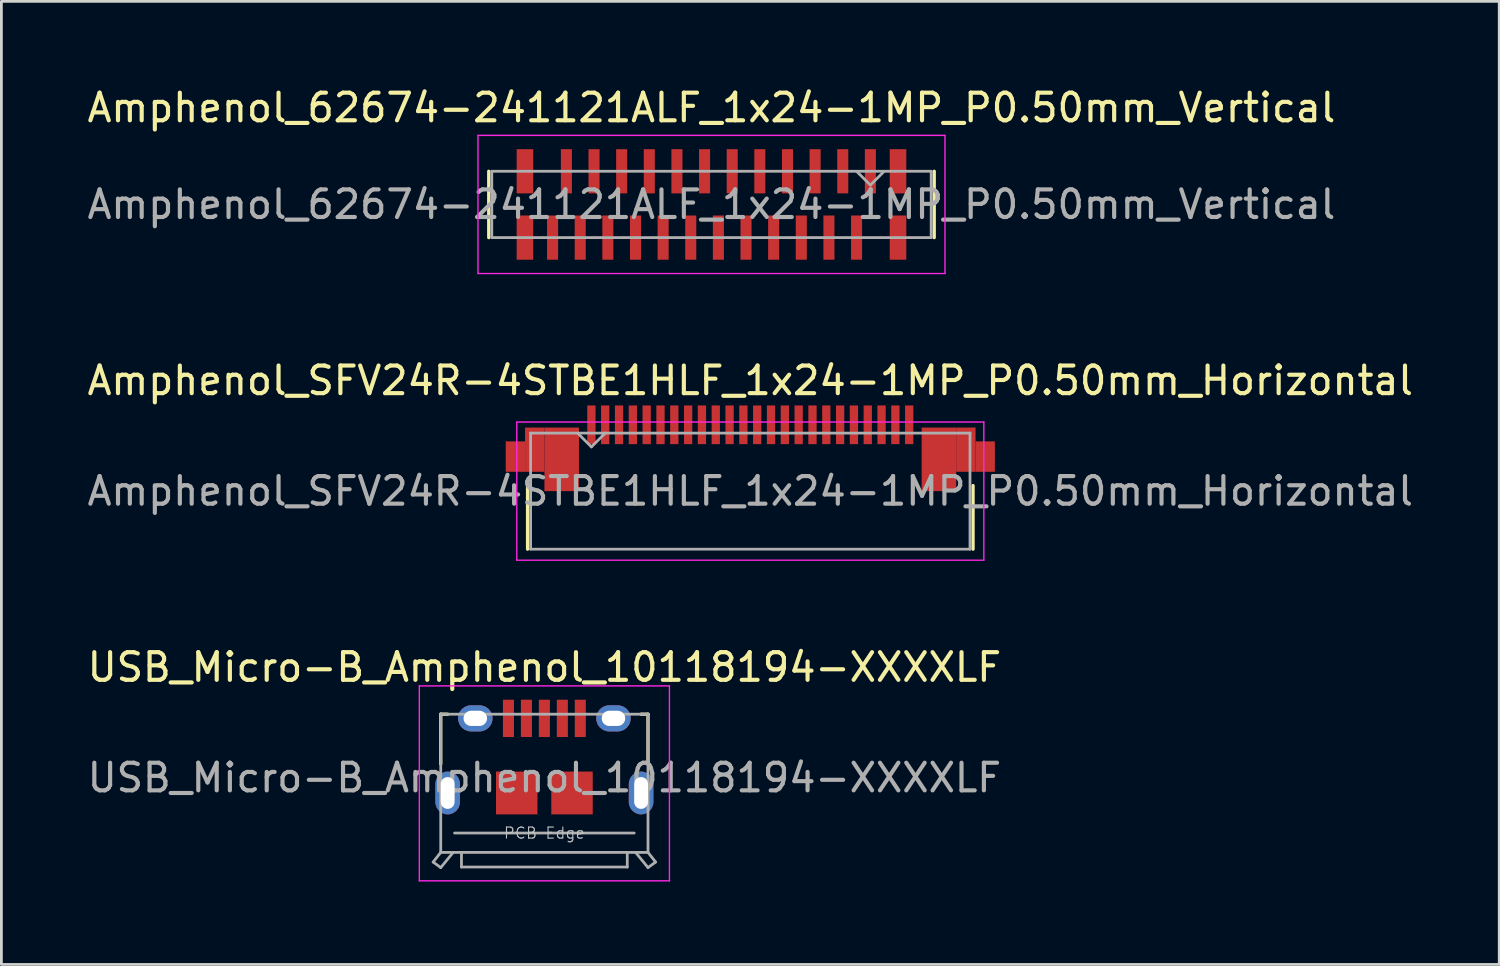
<source format=kicad_pcb>
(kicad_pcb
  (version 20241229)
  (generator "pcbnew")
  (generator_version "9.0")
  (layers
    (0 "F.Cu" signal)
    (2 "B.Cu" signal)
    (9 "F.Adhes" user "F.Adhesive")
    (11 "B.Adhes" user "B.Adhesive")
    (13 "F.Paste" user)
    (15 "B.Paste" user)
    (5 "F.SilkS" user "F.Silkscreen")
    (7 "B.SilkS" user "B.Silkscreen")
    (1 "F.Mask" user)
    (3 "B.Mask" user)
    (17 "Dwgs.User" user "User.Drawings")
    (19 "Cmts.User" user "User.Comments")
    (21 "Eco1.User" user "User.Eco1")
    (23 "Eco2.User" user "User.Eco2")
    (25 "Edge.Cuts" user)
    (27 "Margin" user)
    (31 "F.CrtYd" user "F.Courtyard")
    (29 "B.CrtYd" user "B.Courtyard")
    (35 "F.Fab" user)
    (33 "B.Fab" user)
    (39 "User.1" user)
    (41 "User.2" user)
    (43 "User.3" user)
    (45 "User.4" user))
  (footprint "USB_Micro-B_Amphenol_10118194-XXXXLF"
    (layer "F.Cu")
    (at 16.649 27.095)
    (property "Reference" "USB_Micro-B_Amphenol_10118194-XXXXLF" (at 0 -6 0) (layer "F.SilkS") (effects (font (size 1 1) (thickness 0.15))))
    (attr through_hole)
    (fp_line (start -3.75 -4.3) (end -3.5 -4.3) (stroke (width 0.12) (type solid)) (layer "F.SilkS"))
    (fp_line (start -3.75 -2.5) (end -3.75 -4.3) (stroke (width 0.12) (type solid)) (layer "F.SilkS"))
    (fp_line (start 3.5 -4.3) (end 3.75 -4.3) (stroke (width 0.12) (type solid)) (layer "F.SilkS"))
    (fp_line (start 3.75 -2.5) (end 3.75 -4.3) (stroke (width 0.12) (type solid)) (layer "F.SilkS"))
    (fp_line (start -4.525 -5.325) (end 4.525 -5.325) (stroke (width 0.05) (type solid)) (layer "F.CrtYd"))
    (fp_line (start -4.525 1.73) (end -4.525 -5.325) (stroke (width 0.05) (type solid)) (layer "F.CrtYd"))
    (fp_line (start 4.525 -5.325) (end 4.525 1.73) (stroke (width 0.05) (type solid)) (layer "F.CrtYd"))
    (fp_line (start 4.525 1.73) (end -4.525 1.73) (stroke (width 0.05) (type solid)) (layer "F.CrtYd"))
    (fp_line (start -4.025 1.05) (end -3.75 1.25) (stroke (width 0.1) (type solid)) (layer "F.Fab"))
    (fp_line (start -3.75 -4.3) (end -3.75 0.7) (stroke (width 0.1) (type solid)) (layer "F.Fab"))
    (fp_line (start -3.75 -4.3) (end 3.75 -4.3) (stroke (width 0.1) (type solid)) (layer "F.Fab"))
    (fp_line (start -3.75 0.7) (end -4.025 1.05) (stroke (width 0.1) (type solid)) (layer "F.Fab"))
    (fp_line (start -3.75 0.7) (end 3.75 0.7) (stroke (width 0.1) (type solid)) (layer "F.Fab"))
    (fp_line (start -3.75 1.25) (end -3.3 0.7) (stroke (width 0.1) (type solid)) (layer "F.Fab"))
    (fp_line (start -3.25 0) (end 3.25 0) (stroke (width 0.1) (type solid)) (layer "F.Fab"))
    (fp_line (start -3 0.7) (end -3 1.23) (stroke (width 0.1) (type solid)) (layer "F.Fab"))
    (fp_line (start -3 1.23) (end 3 1.23) (stroke (width 0.1) (type solid)) (layer "F.Fab"))
    (fp_line (start 3 0.7) (end 3 1.23) (stroke (width 0.1) (type solid)) (layer "F.Fab"))
    (fp_line (start 3.3 0.7) (end 3.75 1.25) (stroke (width 0.1) (type solid)) (layer "F.Fab"))
    (fp_line (start 3.75 -4.3) (end 3.75 0.7) (stroke (width 0.1) (type solid)) (layer "F.Fab"))
    (fp_line (start 3.75 0.7) (end 4.025 1.05) (stroke (width 0.1) (type solid)) (layer "F.Fab"))
    (fp_line (start 3.75 1.25) (end 4.025 1.05) (stroke (width 0.1) (type solid)) (layer "F.Fab"))
    (fp_text user "PCB Edge" (at 0 0 0) (layer "Dwgs.User") (effects (font (size 0.4 0.4) (thickness 0.04))))
    (fp_text user "${REFERENCE}" (at 0 -2 0) (layer "F.Fab") (effects (font (size 1 1) (thickness 0.15))))
    (pad "1" smd rect (at -1.3 -4.15) (size 0.4 1.35) (layers "F.Cu" "F.Mask" "F.Paste"))
    (pad "2" smd rect (at -0.65 -4.15) (size 0.4 1.35) (layers "F.Cu" "F.Mask" "F.Paste"))
    (pad "3" smd rect (at 0 -4.15) (size 0.4 1.35) (layers "F.Cu" "F.Mask" "F.Paste"))
    (pad "4" smd rect (at 0.65 -4.15) (size 0.4 1.35) (layers "F.Cu" "F.Mask" "F.Paste"))
    (pad "5" smd rect (at 1.3 -4.15) (size 0.4 1.35) (layers "F.Cu" "F.Mask" "F.Paste"))
    (pad "6" thru_hole roundrect (at -3.5 -1.45) (size 0.89 1.55) (drill oval 0.5 1.15) (layers "*.Cu" "*.Mask") (roundrect_rratio 0.5))
    (pad "6" thru_hole roundrect (at -2.5 -4.15) (size 1.25 0.95) (drill oval 0.85 0.55) (layers "*.Cu" "*.Mask") (roundrect_rratio 0.5))
    (pad "6" smd rect (at -1 -1.45) (size 1.5 1.55) (layers "F.Cu" "F.Mask" "F.Paste"))
    (pad "6" smd rect (at 1 -1.45) (size 1.5 1.55) (layers "F.Cu" "F.Mask" "F.Paste"))
    (pad "6" thru_hole roundrect (at 2.5 -4.15) (size 1.25 0.95) (drill oval 0.85 0.55) (layers "*.Cu" "*.Mask") (roundrect_rratio 0.5))
    (pad "6" thru_hole roundrect (at 3.5 -1.45) (size 0.89 1.55) (drill oval 0.5 1.15) (layers "*.Cu" "*.Mask") (roundrect_rratio 0.5)))
  (footprint "Amphenol_62674-241121ALF_1x24-1MP_P0.50mm_Vertical"
    (layer "F.Cu")
    (at 22.696 4.348)
    (property "Reference" "Amphenol_62674-241121ALF_1x24-1MP_P0.50mm_Vertical" (at 0 -3.5 0) (layer "F.SilkS") (effects (font (size 1 1) (thickness 0.15))))
    (attr smd)
    (fp_line (start -8.06 -1.2) (end -8.06 1.2) (stroke (width 0.12) (type solid)) (layer "F.SilkS"))
    (fp_line (start 8.06 -1.2) (end 8.06 1.2) (stroke (width 0.12) (type solid)) (layer "F.SilkS"))
    (fp_line (start -8.45 -2.5) (end -8.45 2.5) (stroke (width 0.05) (type solid)) (layer "F.CrtYd"))
    (fp_line (start -8.45 2.5) (end 8.45 2.5) (stroke (width 0.05) (type solid)) (layer "F.CrtYd"))
    (fp_line (start 8.45 -2.5) (end -8.45 -2.5) (stroke (width 0.05) (type solid)) (layer "F.CrtYd"))
    (fp_line (start 8.45 2.5) (end 8.45 -2.5) (stroke (width 0.05) (type solid)) (layer "F.CrtYd"))
    (fp_line (start -7.95 -1.2) (end -7.95 1.2) (stroke (width 0.1) (type solid)) (layer "F.Fab"))
    (fp_line (start -7.95 -1.2) (end 7.95 -1.2) (stroke (width 0.1) (type solid)) (layer "F.Fab"))
    (fp_line (start -7.95 1.2) (end 7.95 1.2) (stroke (width 0.1) (type solid)) (layer "F.Fab"))
    (fp_line (start 5.25 -1.2) (end 5.75 -0.7) (stroke (width 0.1) (type solid)) (layer "F.Fab"))
    (fp_line (start 5.75 -0.7) (end 6.25 -1.2) (stroke (width 0.1) (type solid)) (layer "F.Fab"))
    (fp_line (start 7.95 -1.2) (end 7.95 1.2) (stroke (width 0.1) (type solid)) (layer "F.Fab"))
    (fp_text user "${REFERENCE}" (at 0 0 0) (layer "F.Fab") (effects (font (size 1 1) (thickness 0.15))))
    (pad "1" smd rect (at 5.75 -1.2) (size 0.4 1.6) (layers "F.Cu" "F.Mask" "F.Paste"))
    (pad "2" smd rect (at 5.25 1.2) (size 0.4 1.6) (layers "F.Cu" "F.Mask" "F.Paste"))
    (pad "3" smd rect (at 4.75 -1.2) (size 0.4 1.6) (layers "F.Cu" "F.Mask" "F.Paste"))
    (pad "4" smd rect (at 4.25 1.2) (size 0.4 1.6) (layers "F.Cu" "F.Mask" "F.Paste"))
    (pad "5" smd rect (at 3.75 -1.2) (size 0.4 1.6) (layers "F.Cu" "F.Mask" "F.Paste"))
    (pad "6" smd rect (at 3.25 1.2) (size 0.4 1.6) (layers "F.Cu" "F.Mask" "F.Paste"))
    (pad "7" smd rect (at 2.75 -1.2) (size 0.4 1.6) (layers "F.Cu" "F.Mask" "F.Paste"))
    (pad "8" smd rect (at 2.25 1.2) (size 0.4 1.6) (layers "F.Cu" "F.Mask" "F.Paste"))
    (pad "9" smd rect (at 1.75 -1.2) (size 0.4 1.6) (layers "F.Cu" "F.Mask" "F.Paste"))
    (pad "10" smd rect (at 1.25 1.2) (size 0.4 1.6) (layers "F.Cu" "F.Mask" "F.Paste"))
    (pad "11" smd rect (at 0.75 -1.2) (size 0.4 1.6) (layers "F.Cu" "F.Mask" "F.Paste"))
    (pad "12" smd rect (at 0.25 1.2) (size 0.4 1.6) (layers "F.Cu" "F.Mask" "F.Paste"))
    (pad "13" smd rect (at -0.25 -1.2) (size 0.4 1.6) (layers "F.Cu" "F.Mask" "F.Paste"))
    (pad "14" smd rect (at -0.75 1.2) (size 0.4 1.6) (layers "F.Cu" "F.Mask" "F.Paste"))
    (pad "15" smd rect (at -1.25 -1.2) (size 0.4 1.6) (layers "F.Cu" "F.Mask" "F.Paste"))
    (pad "16" smd rect (at -1.75 1.2) (size 0.4 1.6) (layers "F.Cu" "F.Mask" "F.Paste"))
    (pad "17" smd rect (at -2.25 -1.2) (size 0.4 1.6) (layers "F.Cu" "F.Mask" "F.Paste"))
    (pad "18" smd rect (at -2.75 1.2) (size 0.4 1.6) (layers "F.Cu" "F.Mask" "F.Paste"))
    (pad "19" smd rect (at -3.25 -1.2) (size 0.4 1.6) (layers "F.Cu" "F.Mask" "F.Paste"))
    (pad "20" smd rect (at -3.75 1.2) (size 0.4 1.6) (layers "F.Cu" "F.Mask" "F.Paste"))
    (pad "21" smd rect (at -4.25 -1.2) (size 0.4 1.6) (layers "F.Cu" "F.Mask" "F.Paste"))
    (pad "22" smd rect (at -4.75 1.2) (size 0.4 1.6) (layers "F.Cu" "F.Mask" "F.Paste"))
    (pad "23" smd rect (at -5.25 -1.2) (size 0.4 1.6) (layers "F.Cu" "F.Mask" "F.Paste"))
    (pad "24" smd rect (at -5.75 1.2) (size 0.4 1.6) (layers "F.Cu" "F.Mask" "F.Paste"))
    (pad "MP" smd rect (at -6.75 -1.2) (size 0.6 1.6) (layers "F.Cu" "F.Mask" "F.Paste"))
    (pad "MP" smd rect (at -6.75 1.2) (size 0.6 1.6) (layers "F.Cu" "F.Mask" "F.Paste"))
    (pad "MP" smd rect (at 6.75 -1.2) (size 0.6 1.6) (layers "F.Cu" "F.Mask" "F.Paste"))
    (pad "MP" smd rect (at 6.75 1.2) (size 0.6 1.6) (layers "F.Cu" "F.Mask" "F.Paste")))
  (footprint "Amphenol_SFV24R-4STBE1HLF_1x24-1MP_P0.50mm_Horizontal"
    (layer "F.Cu")
    (at 24.101 14.722)
    (property "Reference" "Amphenol_SFV24R-4STBE1HLF_1x24-1MP_P0.50mm_Horizontal" (at 0 -4 0) (layer "F.SilkS") (effects (font (size 1 1) (thickness 0.15))))
    (attr smd)
    (fp_line (start -8.06 -0.2) (end -8.06 2.1) (stroke (width 0.12) (type solid)) (layer "F.SilkS"))
    (fp_line (start 8.06 -0.2) (end 8.06 2.1) (stroke (width 0.12) (type solid)) (layer "F.SilkS"))
    (fp_line (start -8.45 -2.5) (end -8.45 2.5) (stroke (width 0.05) (type solid)) (layer "F.CrtYd"))
    (fp_line (start -8.45 2.5) (end 8.45 2.5) (stroke (width 0.05) (type solid)) (layer "F.CrtYd"))
    (fp_line (start 8.45 -2.5) (end -8.45 -2.5) (stroke (width 0.05) (type solid)) (layer "F.CrtYd"))
    (fp_line (start 8.45 2.5) (end 8.45 -2.5) (stroke (width 0.05) (type solid)) (layer "F.CrtYd"))
    (fp_line (start -7.95 -2.1) (end -7.95 2.1) (stroke (width 0.1) (type solid)) (layer "F.Fab"))
    (fp_line (start -7.95 -2.1) (end 7.95 -2.1) (stroke (width 0.1) (type solid)) (layer "F.Fab"))
    (fp_line (start -7.95 2.1) (end 7.95 2.1) (stroke (width 0.1) (type solid)) (layer "F.Fab"))
    (fp_line (start -6.25 -2.1) (end -5.75 -1.6) (stroke (width 0.1) (type solid)) (layer "F.Fab"))
    (fp_line (start -5.75 -1.6) (end -5.25 -2.1) (stroke (width 0.1) (type solid)) (layer "F.Fab"))
    (fp_line (start 7.95 -2.1) (end 7.95 2.1) (stroke (width 0.1) (type solid)) (layer "F.Fab"))
    (fp_text user "${REFERENCE}" (at 0 0 0) (layer "F.Fab") (effects (font (size 1 1) (thickness 0.15))))
    (pad "1" smd rect (at -5.75 -2.4) (size 0.3 1.4) (layers "F.Cu" "F.Mask" "F.Paste"))
    (pad "2" smd rect (at -5.25 -2.4) (size 0.3 1.4) (layers "F.Cu" "F.Mask" "F.Paste"))
    (pad "3" smd rect (at -4.75 -2.4) (size 0.3 1.4) (layers "F.Cu" "F.Mask" "F.Paste"))
    (pad "4" smd rect (at -4.25 -2.4) (size 0.3 1.4) (layers "F.Cu" "F.Mask" "F.Paste"))
    (pad "5" smd rect (at -3.75 -2.4) (size 0.3 1.4) (layers "F.Cu" "F.Mask" "F.Paste"))
    (pad "6" smd rect (at -3.25 -2.4) (size 0.3 1.4) (layers "F.Cu" "F.Mask" "F.Paste"))
    (pad "7" smd rect (at -2.75 -2.4) (size 0.3 1.4) (layers "F.Cu" "F.Mask" "F.Paste"))
    (pad "8" smd rect (at -2.25 -2.4) (size 0.3 1.4) (layers "F.Cu" "F.Mask" "F.Paste"))
    (pad "9" smd rect (at -1.75 -2.4) (size 0.3 1.4) (layers "F.Cu" "F.Mask" "F.Paste"))
    (pad "10" smd rect (at -1.25 -2.4) (size 0.3 1.4) (layers "F.Cu" "F.Mask" "F.Paste"))
    (pad "11" smd rect (at -0.75 -2.4) (size 0.3 1.4) (layers "F.Cu" "F.Mask" "F.Paste"))
    (pad "12" smd rect (at -0.25 -2.4) (size 0.3 1.4) (layers "F.Cu" "F.Mask" "F.Paste"))
    (pad "13" smd rect (at 0.25 -2.4) (size 0.3 1.4) (layers "F.Cu" "F.Mask" "F.Paste"))
    (pad "14" smd rect (at 0.75 -2.4) (size 0.3 1.4) (layers "F.Cu" "F.Mask" "F.Paste"))
    (pad "15" smd rect (at 1.25 -2.4) (size 0.3 1.4) (layers "F.Cu" "F.Mask" "F.Paste"))
    (pad "16" smd rect (at 1.75 -2.4) (size 0.3 1.4) (layers "F.Cu" "F.Mask" "F.Paste"))
    (pad "17" smd rect (at 2.25 -2.4) (size 0.3 1.4) (layers "F.Cu" "F.Mask" "F.Paste"))
    (pad "18" smd rect (at 2.75 -2.4) (size 0.3 1.4) (layers "F.Cu" "F.Mask" "F.Paste"))
    (pad "19" smd rect (at 3.25 -2.4) (size 0.3 1.4) (layers "F.Cu" "F.Mask" "F.Paste"))
    (pad "20" smd rect (at 3.75 -2.4) (size 0.3 1.4) (layers "F.Cu" "F.Mask" "F.Paste"))
    (pad "21" smd rect (at 4.25 -2.4) (size 0.3 1.4) (layers "F.Cu" "F.Mask" "F.Paste"))
    (pad "22" smd rect (at 4.75 -2.4) (size 0.3 1.4) (layers "F.Cu" "F.Mask" "F.Paste"))
    (pad "23" smd rect (at 5.25 -2.4) (size 0.3 1.4) (layers "F.Cu" "F.Mask" "F.Paste"))
    (pad "24" smd rect (at 5.75 -2.4) (size 0.3 1.4) (layers "F.Cu" "F.Mask" "F.Paste"))
    (pad "MP" smd rect (at -8.5 -1.25) (size 0.7 1.1) (layers "F.Cu" "F.Mask" "F.Paste"))
    (pad "MP" smd rect (at -7.8 -1.5) (size 0.7 1.6) (layers "F.Cu" "F.Mask" "F.Paste"))
    (pad "MP" smd rect (at -6.825 -1.15) (size 1.25 2.3) (layers "F.Cu" "F.Mask" "F.Paste"))
    (pad "MP" smd rect (at 6.825 -1.15) (size 1.25 2.3) (layers "F.Cu" "F.Mask" "F.Paste"))
    (pad "MP" smd rect (at 7.8 -1.5) (size 0.7 1.6) (layers "F.Cu" "F.Mask" "F.Paste"))
    (pad "MP" smd rect (at 8.5 -1.25) (size 0.7 1.1) (layers "F.Cu" "F.Mask" "F.Paste")))
  (gr_rect
    (start -3 -3)
    (end 51.202 31.85)
    (stroke (width 0.1) (type default))
    (fill no)
    (layer "Edge.Cuts")))
</source>
